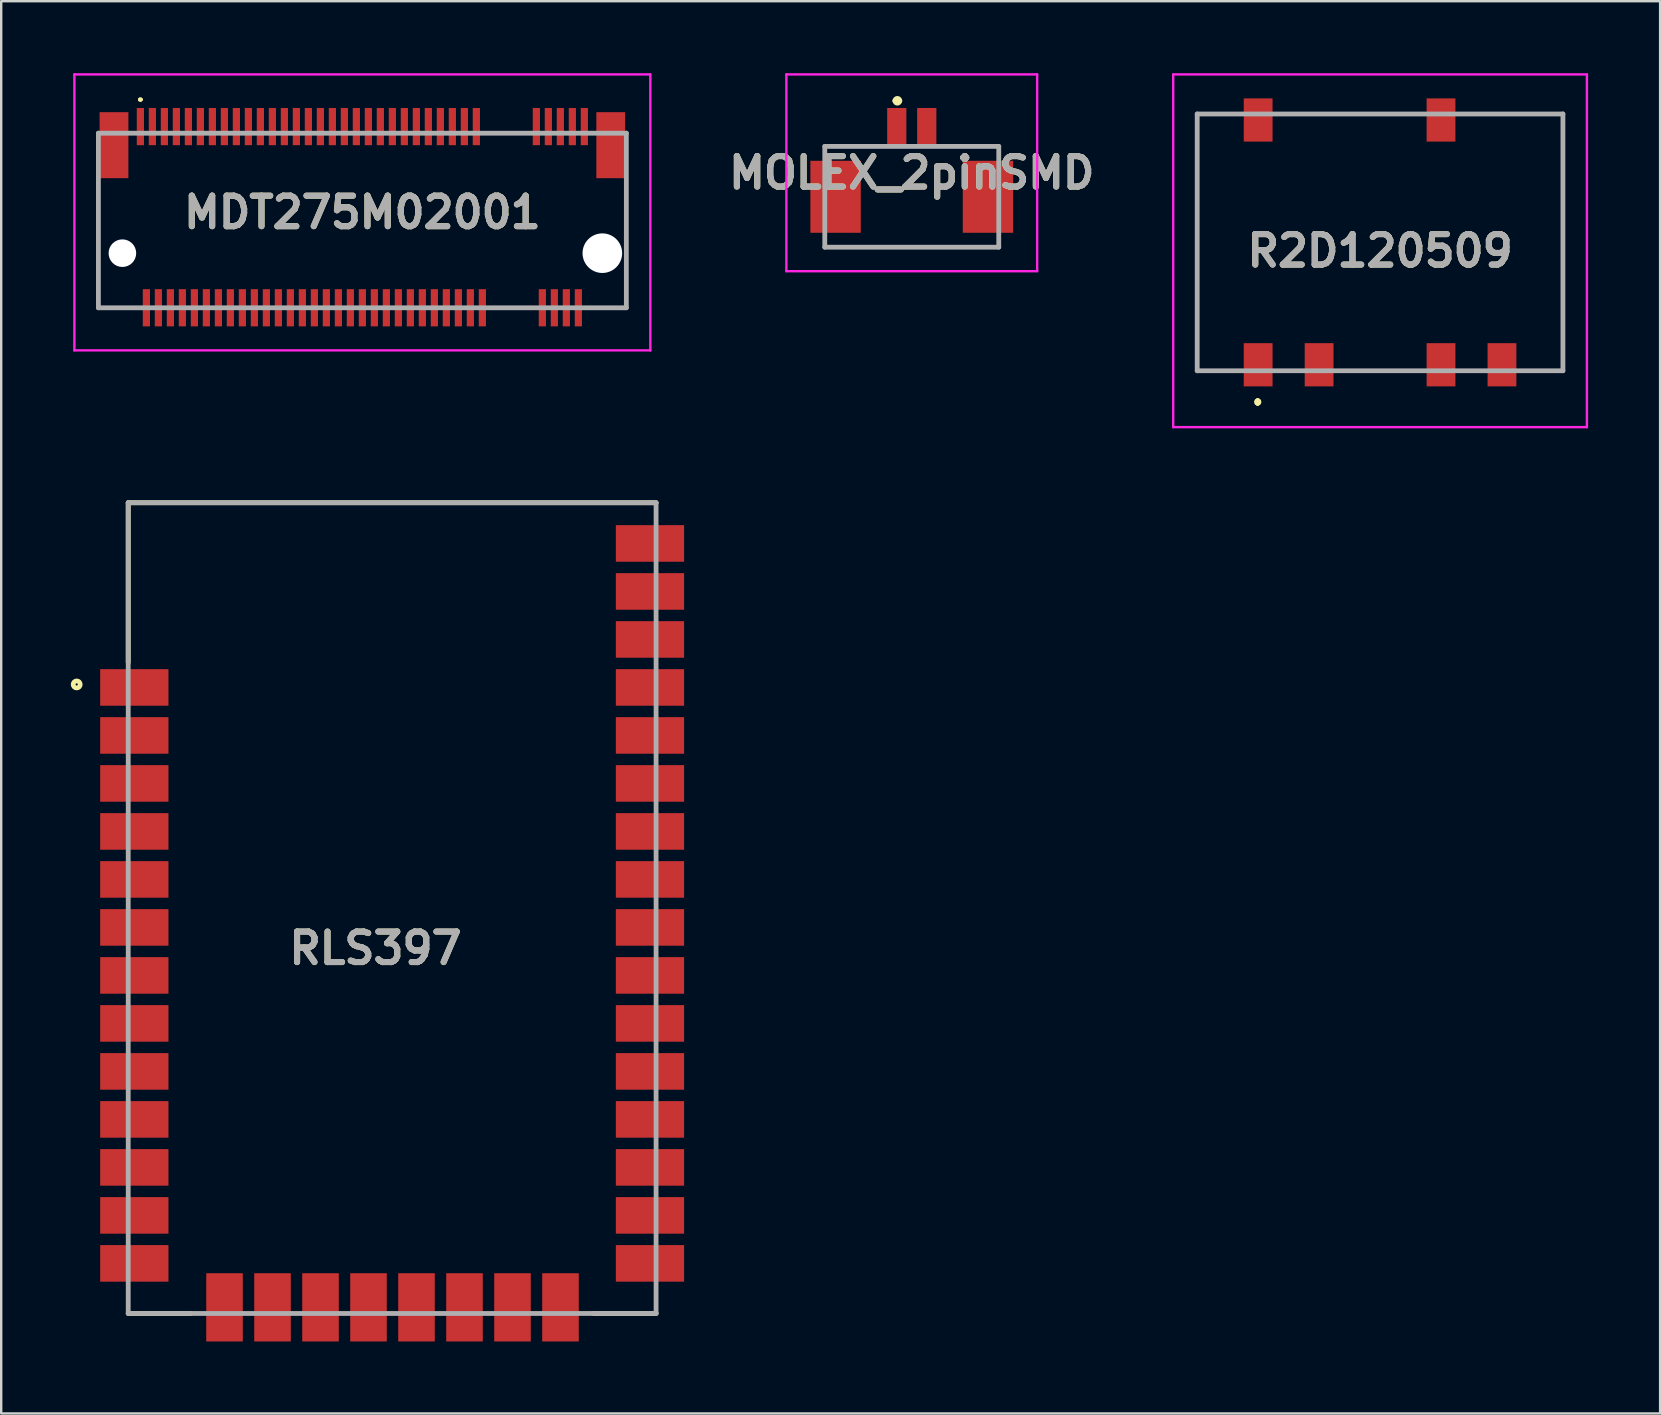
<source format=kicad_pcb>
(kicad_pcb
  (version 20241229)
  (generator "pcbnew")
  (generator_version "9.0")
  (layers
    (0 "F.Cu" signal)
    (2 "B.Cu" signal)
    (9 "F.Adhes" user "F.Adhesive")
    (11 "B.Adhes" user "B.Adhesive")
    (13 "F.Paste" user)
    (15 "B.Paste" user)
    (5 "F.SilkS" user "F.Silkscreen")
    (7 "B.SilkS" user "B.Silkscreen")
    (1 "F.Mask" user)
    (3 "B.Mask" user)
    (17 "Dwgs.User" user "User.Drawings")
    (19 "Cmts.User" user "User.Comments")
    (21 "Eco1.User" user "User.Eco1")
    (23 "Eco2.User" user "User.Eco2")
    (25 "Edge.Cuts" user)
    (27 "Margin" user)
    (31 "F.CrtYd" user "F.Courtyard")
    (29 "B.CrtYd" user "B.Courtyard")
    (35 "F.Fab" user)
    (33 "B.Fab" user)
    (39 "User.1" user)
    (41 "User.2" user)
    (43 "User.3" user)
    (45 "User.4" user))
  (footprint "RLS397"
    (layer "F.Cu")
    (at 24.289 51.682)
    (property "Reference" "RLS397" (at -11.695 -15.217 0) (layer "F.SilkS") (effects (font (size 1.27 1.27) (thickness 0.254))))
    (attr smd)
    (fp_line (start -21.996 -33.782) (end -21.996 -27.128) (stroke (width 0.2) (type solid)) (layer "F.SilkS"))
    (fp_line (start -21.996 0) (end -19.4 0) (stroke (width 0.2) (type solid)) (layer "F.SilkS"))
    (fp_line (start 0 -33.782) (end -21.996 -33.782) (stroke (width 0.2) (type solid)) (layer "F.SilkS"))
    (fp_line (start 0 0) (end -2.6 0) (stroke (width 0.2) (type solid)) (layer "F.SilkS"))
    (fp_circle (center -24.143 -26.211) (end -24.143 -26.165) (stroke (width 0.2) (type solid)) (fill no) (layer "F.SilkS"))
    (fp_line (start -21.996 -33.782) (end 0 -33.782) (stroke (width 0.2) (type solid)) (layer "F.Fab"))
    (fp_line (start -21.996 0) (end -21.996 -33.782) (stroke (width 0.2) (type solid)) (layer "F.Fab"))
    (fp_line (start 0 -33.782) (end 0 0) (stroke (width 0.2) (type solid)) (layer "F.Fab"))
    (fp_line (start 0 0) (end -21.996 0) (stroke (width 0.2) (type solid)) (layer "F.Fab"))
    (fp_text user "${REFERENCE}" (at -11.695 -15.217 0) (layer "F.Fab") (effects (font (size 1.27 1.27) (thickness 0.254))))
    (pad "1" smd rect (at -21.742 -26.086 90) (size 1.524 2.845) (layers "F.Cu" "F.Mask" "F.Paste"))
    (pad "2" smd rect (at -21.742 -24.086 90) (size 1.524 2.845) (layers "F.Cu" "F.Mask" "F.Paste"))
    (pad "3" smd rect (at -21.742 -22.086 90) (size 1.524 2.845) (layers "F.Cu" "F.Mask" "F.Paste"))
    (pad "4" smd rect (at -21.742 -20.086 90) (size 1.524 2.845) (layers "F.Cu" "F.Mask" "F.Paste"))
    (pad "5" smd rect (at -21.742 -18.086 90) (size 1.524 2.845) (layers "F.Cu" "F.Mask" "F.Paste"))
    (pad "6" smd rect (at -21.742 -16.086 90) (size 1.524 2.845) (layers "F.Cu" "F.Mask" "F.Paste"))
    (pad "7" smd rect (at -21.742 -14.086 90) (size 1.524 2.845) (layers "F.Cu" "F.Mask" "F.Paste"))
    (pad "8" smd rect (at -21.742 -12.086 90) (size 1.524 2.845) (layers "F.Cu" "F.Mask" "F.Paste"))
    (pad "9" smd rect (at -21.742 -10.086 90) (size 1.524 2.845) (layers "F.Cu" "F.Mask" "F.Paste"))
    (pad "10" smd rect (at -21.742 -8.086 90) (size 1.524 2.845) (layers "F.Cu" "F.Mask" "F.Paste"))
    (pad "11" smd rect (at -21.742 -6.086 90) (size 1.524 2.845) (layers "F.Cu" "F.Mask" "F.Paste"))
    (pad "12" smd rect (at -21.742 -4.086 90) (size 1.524 2.845) (layers "F.Cu" "F.Mask" "F.Paste"))
    (pad "13" smd rect (at -21.742 -2.086 90) (size 1.524 2.845) (layers "F.Cu" "F.Mask" "F.Paste"))
    (pad "14" smd rect (at -17.983 -0.254) (size 1.524 2.845) (layers "F.Cu" "F.Mask" "F.Paste"))
    (pad "15" smd rect (at -15.983 -0.254) (size 1.524 2.845) (layers "F.Cu" "F.Mask" "F.Paste"))
    (pad "16" smd rect (at -13.983 -0.254) (size 1.524 2.845) (layers "F.Cu" "F.Mask" "F.Paste"))
    (pad "17" smd rect (at -11.983 -0.254) (size 1.524 2.845) (layers "F.Cu" "F.Mask" "F.Paste"))
    (pad "18" smd rect (at -9.983 -0.254) (size 1.524 2.845) (layers "F.Cu" "F.Mask" "F.Paste"))
    (pad "19" smd rect (at -7.983 -0.254) (size 1.524 2.845) (layers "F.Cu" "F.Mask" "F.Paste"))
    (pad "20" smd rect (at -5.983 -0.254) (size 1.524 2.845) (layers "F.Cu" "F.Mask" "F.Paste"))
    (pad "21" smd rect (at -3.983 -0.254) (size 1.524 2.845) (layers "F.Cu" "F.Mask" "F.Paste"))
    (pad "22" smd rect (at -0.254 -2.086 90) (size 1.524 2.845) (layers "F.Cu" "F.Mask" "F.Paste"))
    (pad "23" smd rect (at -0.254 -4.086 90) (size 1.524 2.845) (layers "F.Cu" "F.Mask" "F.Paste"))
    (pad "24" smd rect (at -0.254 -6.086 90) (size 1.524 2.845) (layers "F.Cu" "F.Mask" "F.Paste"))
    (pad "25" smd rect (at -0.254 -8.086 90) (size 1.524 2.845) (layers "F.Cu" "F.Mask" "F.Paste"))
    (pad "26" smd rect (at -0.254 -10.086 90) (size 1.524 2.845) (layers "F.Cu" "F.Mask" "F.Paste"))
    (pad "27" smd rect (at -0.254 -12.086 90) (size 1.524 2.845) (layers "F.Cu" "F.Mask" "F.Paste"))
    (pad "28" smd rect (at -0.254 -14.086 90) (size 1.524 2.845) (layers "F.Cu" "F.Mask" "F.Paste"))
    (pad "29" smd rect (at -0.254 -16.086 90) (size 1.524 2.845) (layers "F.Cu" "F.Mask" "F.Paste"))
    (pad "30" smd rect (at -0.254 -18.086 90) (size 1.524 2.845) (layers "F.Cu" "F.Mask" "F.Paste"))
    (pad "31" smd rect (at -0.254 -20.086 90) (size 1.524 2.845) (layers "F.Cu" "F.Mask" "F.Paste"))
    (pad "32" smd rect (at -0.254 -22.086 90) (size 1.524 2.845) (layers "F.Cu" "F.Mask" "F.Paste"))
    (pad "33" smd rect (at -0.254 -24.086 90) (size 1.524 2.845) (layers "F.Cu" "F.Mask" "F.Paste"))
    (pad "34" smd rect (at -0.254 -26.086 90) (size 1.524 2.845) (layers "F.Cu" "F.Mask" "F.Paste"))
    (pad "35" smd rect (at -0.254 -28.086 90) (size 1.524 2.845) (layers "F.Cu" "F.Mask" "F.Paste"))
    (pad "36" smd rect (at -0.254 -30.086 90) (size 1.524 2.845) (layers "F.Cu" "F.Mask" "F.Paste"))
    (pad "37" smd rect (at -0.254 -32.086 90) (size 1.524 2.845) (layers "F.Cu" "F.Mask" "F.Paste")))
  (footprint "MOLEX_2pinSMD"
    (layer "F.Cu")
    (at 34.944 4.15)
    (property "Reference" "MOLEX_2pinSMD" (at 0 0 0) (layer "F.SilkS") (effects (font (size 1.27 1.27) (thickness 0.254))))
    (attr smd)
    (fp_line (start -3.625 -1.1) (end -1.5 -1.1) (stroke (width 0.1) (type solid)) (layer "F.SilkS"))
    (fp_line (start -3.625 2.9) (end -3.625 3.1) (stroke (width 0.1) (type solid)) (layer "F.SilkS"))
    (fp_line (start -3.625 3.1) (end 3.625 3.1) (stroke (width 0.1) (type solid)) (layer "F.SilkS"))
    (fp_line (start -0.7 -3) (end -0.7 -3) (stroke (width 0.2) (type solid)) (layer "F.SilkS"))
    (fp_line (start -0.5 -3) (end -0.5 -3) (stroke (width 0.2) (type solid)) (layer "F.SilkS"))
    (fp_line (start 1.5 -1.1) (end 3.625 -1.1) (stroke (width 0.1) (type solid)) (layer "F.SilkS"))
    (fp_line (start 3.625 3.1) (end 3.625 2.9) (stroke (width 0.1) (type solid)) (layer "F.SilkS"))
    (fp_arc (start -0.7 -3) (mid -0.6 -3.1) (end -0.5 -3) (stroke (width 0.2) (type solid)) (layer "F.SilkS"))
    (fp_arc (start -0.5 -3) (mid -0.6 -2.9) (end -0.7 -3) (stroke (width 0.2) (type solid)) (layer "F.SilkS"))
    (fp_line (start -5.225 -4.1) (end 5.225 -4.1) (stroke (width 0.1) (type solid)) (layer "F.CrtYd"))
    (fp_line (start -5.225 4.1) (end -5.225 -4.1) (stroke (width 0.1) (type solid)) (layer "F.CrtYd"))
    (fp_line (start 5.225 -4.1) (end 5.225 4.1) (stroke (width 0.1) (type solid)) (layer "F.CrtYd"))
    (fp_line (start 5.225 4.1) (end -5.225 4.1) (stroke (width 0.1) (type solid)) (layer "F.CrtYd"))
    (fp_line (start -3.625 -1.1) (end 3.625 -1.1) (stroke (width 0.2) (type solid)) (layer "F.Fab"))
    (fp_line (start -3.625 3.1) (end -3.625 -1.1) (stroke (width 0.2) (type solid)) (layer "F.Fab"))
    (fp_line (start 3.625 -1.1) (end 3.625 3.1) (stroke (width 0.2) (type solid)) (layer "F.Fab"))
    (fp_line (start 3.625 3.1) (end -3.625 3.1) (stroke (width 0.2) (type solid)) (layer "F.Fab"))
    (fp_text user "${REFERENCE}" (at 0 0 0) (layer "F.Fab") (effects (font (size 1.27 1.27) (thickness 0.254))))
    (pad "1" smd rect (at -0.625 -1.9) (size 0.8 1.6) (layers "F.Cu" "F.Mask" "F.Paste"))
    (pad "2" smd rect (at 0.625 -1.9) (size 0.8 1.6) (layers "F.Cu" "F.Mask" "F.Paste"))
    (pad "3" smd rect (at -3.175 1) (size 2.1 3) (layers "F.Cu" "F.Mask" "F.Paste"))
    (pad "4" smd rect (at 3.175 1) (size 2.1 3) (layers "F.Cu" "F.Mask" "F.Paste")))
  (footprint "MDT275M02001"
    (layer "F.Cu")
    (at 12.05 7.5)
    (property "Reference" "MDT275M02001" (at 0 -1.7 0) (layer "F.SilkS") (effects (font (size 1.27 1.27) (thickness 0.254))))
    (attr through_hole)
    (fp_line (start -11 -2.75) (end -11 2.275) (stroke (width 0.1) (type solid)) (layer "F.SilkS"))
    (fp_line (start -11 2.275) (end -9.5 2.275) (stroke (width 0.1) (type solid)) (layer "F.SilkS"))
    (fp_line (start -9.3 -6.4) (end -9.3 -6.4) (stroke (width 0.1) (type solid)) (layer "F.SilkS"))
    (fp_line (start -9.2 -6.4) (end -9.2 -6.4) (stroke (width 0.1) (type solid)) (layer "F.SilkS"))
    (fp_line (start 5.25 -5) (end 6.75 -5) (stroke (width 0.1) (type solid)) (layer "F.SilkS"))
    (fp_line (start 5.5 2.275) (end 7 2.275) (stroke (width 0.1) (type solid)) (layer "F.SilkS"))
    (fp_line (start 9.5 2.275) (end 11 2.275) (stroke (width 0.1) (type solid)) (layer "F.SilkS"))
    (fp_line (start 11 2.275) (end 11 -2.75) (stroke (width 0.1) (type solid)) (layer "F.SilkS"))
    (fp_arc (start -9.3 -6.4) (mid -9.25 -6.45) (end -9.2 -6.4) (stroke (width 0.1) (type solid)) (layer "F.SilkS"))
    (fp_arc (start -9.2 -6.4) (mid -9.25 -6.35) (end -9.3 -6.4) (stroke (width 0.1) (type solid)) (layer "F.SilkS"))
    (fp_line (start -12 -7.45) (end 12 -7.45) (stroke (width 0.1) (type solid)) (layer "F.CrtYd"))
    (fp_line (start -12 4.05) (end -12 -7.45) (stroke (width 0.1) (type solid)) (layer "F.CrtYd"))
    (fp_line (start 12 -7.45) (end 12 4.05) (stroke (width 0.1) (type solid)) (layer "F.CrtYd"))
    (fp_line (start 12 4.05) (end -12 4.05) (stroke (width 0.1) (type solid)) (layer "F.CrtYd"))
    (fp_line (start -11 -5) (end 11 -5) (stroke (width 0.2) (type solid)) (layer "F.Fab"))
    (fp_line (start -11 2.275) (end -11 -5) (stroke (width 0.2) (type solid)) (layer "F.Fab"))
    (fp_line (start 11 -5) (end 11 2.275) (stroke (width 0.2) (type solid)) (layer "F.Fab"))
    (fp_line (start 11 2.275) (end -11 2.275) (stroke (width 0.2) (type solid)) (layer "F.Fab"))
    (fp_text user "${REFERENCE}" (at 0 -1.7 0) (layer "F.Fab") (effects (font (size 1.27 1.27) (thickness 0.254))))
    (pad "" np_thru_hole circle (at -10 0) (size 1.15 1.15) (drill 1.15) (layers "*.Cu" "*.Mask"))
    (pad "" np_thru_hole circle (at 10 0) (size 1.65 1.65) (drill 1.65) (layers "*.Cu" "*.Mask"))
    (pad "1" smd rect (at -9.25 -5.275) (size 0.3 1.55) (layers "F.Cu" "F.Mask" "F.Paste"))
    (pad "2" smd rect (at -9 2.275) (size 0.3 1.55) (layers "F.Cu" "F.Mask" "F.Paste"))
    (pad "3" smd rect (at -8.75 -5.275) (size 0.3 1.55) (layers "F.Cu" "F.Mask" "F.Paste"))
    (pad "4" smd rect (at -8.5 2.275) (size 0.3 1.55) (layers "F.Cu" "F.Mask" "F.Paste"))
    (pad "5" smd rect (at -8.25 -5.275) (size 0.3 1.55) (layers "F.Cu" "F.Mask" "F.Paste"))
    (pad "6" smd rect (at -8 2.275) (size 0.3 1.55) (layers "F.Cu" "F.Mask" "F.Paste"))
    (pad "7" smd rect (at -7.75 -5.275) (size 0.3 1.55) (layers "F.Cu" "F.Mask" "F.Paste"))
    (pad "8" smd rect (at -7.5 2.275) (size 0.3 1.55) (layers "F.Cu" "F.Mask" "F.Paste"))
    (pad "9" smd rect (at -7.25 -5.275) (size 0.3 1.55) (layers "F.Cu" "F.Mask" "F.Paste"))
    (pad "10" smd rect (at -7 2.275) (size 0.3 1.55) (layers "F.Cu" "F.Mask" "F.Paste"))
    (pad "11" smd rect (at -6.75 -5.275) (size 0.3 1.55) (layers "F.Cu" "F.Mask" "F.Paste"))
    (pad "12" smd rect (at -6.5 2.275) (size 0.3 1.55) (layers "F.Cu" "F.Mask" "F.Paste"))
    (pad "13" smd rect (at -6.25 -5.275) (size 0.3 1.55) (layers "F.Cu" "F.Mask" "F.Paste"))
    (pad "14" smd rect (at -6 2.275) (size 0.3 1.55) (layers "F.Cu" "F.Mask" "F.Paste"))
    (pad "15" smd rect (at -5.75 -5.275) (size 0.3 1.55) (layers "F.Cu" "F.Mask" "F.Paste"))
    (pad "16" smd rect (at -5.5 2.275) (size 0.3 1.55) (layers "F.Cu" "F.Mask" "F.Paste"))
    (pad "17" smd rect (at -5.25 -5.275) (size 0.3 1.55) (layers "F.Cu" "F.Mask" "F.Paste"))
    (pad "18" smd rect (at -5 2.275) (size 0.3 1.55) (layers "F.Cu" "F.Mask" "F.Paste"))
    (pad "19" smd rect (at -4.75 -5.275) (size 0.3 1.55) (layers "F.Cu" "F.Mask" "F.Paste"))
    (pad "20" smd rect (at -4.5 2.275) (size 0.3 1.55) (layers "F.Cu" "F.Mask" "F.Paste"))
    (pad "21" smd rect (at -4.25 -5.275) (size 0.3 1.55) (layers "F.Cu" "F.Mask" "F.Paste"))
    (pad "22" smd rect (at -4 2.275) (size 0.3 1.55) (layers "F.Cu" "F.Mask" "F.Paste"))
    (pad "23" smd rect (at -3.75 -5.275) (size 0.3 1.55) (layers "F.Cu" "F.Mask" "F.Paste"))
    (pad "24" smd rect (at -3.5 2.275) (size 0.3 1.55) (layers "F.Cu" "F.Mask" "F.Paste"))
    (pad "25" smd rect (at -3.25 -5.275) (size 0.3 1.55) (layers "F.Cu" "F.Mask" "F.Paste"))
    (pad "26" smd rect (at -3 2.275) (size 0.3 1.55) (layers "F.Cu" "F.Mask" "F.Paste"))
    (pad "27" smd rect (at -2.75 -5.275) (size 0.3 1.55) (layers "F.Cu" "F.Mask" "F.Paste"))
    (pad "28" smd rect (at -2.5 2.275) (size 0.3 1.55) (layers "F.Cu" "F.Mask" "F.Paste"))
    (pad "29" smd rect (at -2.25 -5.275) (size 0.3 1.55) (layers "F.Cu" "F.Mask" "F.Paste"))
    (pad "30" smd rect (at -2 2.275) (size 0.3 1.55) (layers "F.Cu" "F.Mask" "F.Paste"))
    (pad "31" smd rect (at -1.75 -5.275) (size 0.3 1.55) (layers "F.Cu" "F.Mask" "F.Paste"))
    (pad "32" smd rect (at -1.5 2.275) (size 0.3 1.55) (layers "F.Cu" "F.Mask" "F.Paste"))
    (pad "33" smd rect (at -1.25 -5.275) (size 0.3 1.55) (layers "F.Cu" "F.Mask" "F.Paste"))
    (pad "34" smd rect (at -1 2.275) (size 0.3 1.55) (layers "F.Cu" "F.Mask" "F.Paste"))
    (pad "35" smd rect (at -0.75 -5.275) (size 0.3 1.55) (layers "F.Cu" "F.Mask" "F.Paste"))
    (pad "36" smd rect (at -0.5 2.275) (size 0.3 1.55) (layers "F.Cu" "F.Mask" "F.Paste"))
    (pad "37" smd rect (at -0.25 -5.275) (size 0.3 1.55) (layers "F.Cu" "F.Mask" "F.Paste"))
    (pad "38" smd rect (at 0 2.275) (size 0.3 1.55) (layers "F.Cu" "F.Mask" "F.Paste"))
    (pad "39" smd rect (at 0.25 -5.275) (size 0.3 1.55) (layers "F.Cu" "F.Mask" "F.Paste"))
    (pad "40" smd rect (at 0.5 2.275) (size 0.3 1.55) (layers "F.Cu" "F.Mask" "F.Paste"))
    (pad "41" smd rect (at 0.75 -5.275) (size 0.3 1.55) (layers "F.Cu" "F.Mask" "F.Paste"))
    (pad "42" smd rect (at 1 2.275) (size 0.3 1.55) (layers "F.Cu" "F.Mask" "F.Paste"))
    (pad "43" smd rect (at 1.25 -5.275) (size 0.3 1.55) (layers "F.Cu" "F.Mask" "F.Paste"))
    (pad "44" smd rect (at 1.5 2.275) (size 0.3 1.55) (layers "F.Cu" "F.Mask" "F.Paste"))
    (pad "45" smd rect (at 1.75 -5.275) (size 0.3 1.55) (layers "F.Cu" "F.Mask" "F.Paste"))
    (pad "46" smd rect (at 2 2.275) (size 0.3 1.55) (layers "F.Cu" "F.Mask" "F.Paste"))
    (pad "47" smd rect (at 2.25 -5.275) (size 0.3 1.55) (layers "F.Cu" "F.Mask" "F.Paste"))
    (pad "48" smd rect (at 2.5 2.275) (size 0.3 1.55) (layers "F.Cu" "F.Mask" "F.Paste"))
    (pad "49" smd rect (at 2.75 -5.275) (size 0.3 1.55) (layers "F.Cu" "F.Mask" "F.Paste"))
    (pad "50" smd rect (at 3 2.275) (size 0.3 1.55) (layers "F.Cu" "F.Mask" "F.Paste"))
    (pad "51" smd rect (at 3.25 -5.275) (size 0.3 1.55) (layers "F.Cu" "F.Mask" "F.Paste"))
    (pad "52" smd rect (at 3.5 2.275) (size 0.3 1.55) (layers "F.Cu" "F.Mask" "F.Paste"))
    (pad "53" smd rect (at 3.75 -5.275) (size 0.3 1.55) (layers "F.Cu" "F.Mask" "F.Paste"))
    (pad "54" smd rect (at 4 2.275) (size 0.3 1.55) (layers "F.Cu" "F.Mask" "F.Paste"))
    (pad "55" smd rect (at 4.25 -5.275) (size 0.3 1.55) (layers "F.Cu" "F.Mask" "F.Paste"))
    (pad "56" smd rect (at 4.5 2.275) (size 0.3 1.55) (layers "F.Cu" "F.Mask" "F.Paste"))
    (pad "57" smd rect (at 4.75 -5.275) (size 0.3 1.55) (layers "F.Cu" "F.Mask" "F.Paste"))
    (pad "58" smd rect (at 5 2.275) (size 0.3 1.55) (layers "F.Cu" "F.Mask" "F.Paste"))
    (pad "67" smd rect (at 7.25 -5.275) (size 0.3 1.55) (layers "F.Cu" "F.Mask" "F.Paste"))
    (pad "68" smd rect (at 7.5 2.275) (size 0.3 1.55) (layers "F.Cu" "F.Mask" "F.Paste"))
    (pad "69" smd rect (at 7.75 -5.275) (size 0.3 1.55) (layers "F.Cu" "F.Mask" "F.Paste"))
    (pad "70" smd rect (at 8 2.275) (size 0.3 1.55) (layers "F.Cu" "F.Mask" "F.Paste"))
    (pad "71" smd rect (at 8.25 -5.275) (size 0.3 1.55) (layers "F.Cu" "F.Mask" "F.Paste"))
    (pad "72" smd rect (at 8.5 2.275) (size 0.3 1.55) (layers "F.Cu" "F.Mask" "F.Paste"))
    (pad "73" smd rect (at 8.75 -5.275) (size 0.3 1.55) (layers "F.Cu" "F.Mask" "F.Paste"))
    (pad "74" smd rect (at 9 2.275) (size 0.3 1.55) (layers "F.Cu" "F.Mask" "F.Paste"))
    (pad "75" smd rect (at 9.25 -5.275) (size 0.3 1.55) (layers "F.Cu" "F.Mask" "F.Paste"))
    (pad "MP1" smd rect (at -10.35 -4.5) (size 1.2 2.75) (layers "F.Cu" "F.Mask" "F.Paste"))
    (pad "MP2" smd rect (at 10.35 -4.5) (size 1.2 2.75) (layers "F.Cu" "F.Mask" "F.Paste")))
  (footprint "R2D120509"
    (layer "F.Cu")
    (at 54.458 7.05)
    (property "Reference" "R2D120509" (at 0 0.35 0) (layer "F.SilkS") (effects (font (size 1.27 1.27) (thickness 0.254))))
    (attr smd)
    (fp_line (start -7.62 -5.35) (end -7.62 5.35) (stroke (width 0.1) (type solid)) (layer "F.SilkS"))
    (fp_line (start -7.62 5.35) (end -6.25 5.35) (stroke (width 0.1) (type solid)) (layer "F.SilkS"))
    (fp_line (start -6.25 -5.35) (end -7.62 -5.35) (stroke (width 0.1) (type solid)) (layer "F.SilkS"))
    (fp_line (start -5.1 6.6) (end -5.1 6.6) (stroke (width 0.2) (type solid)) (layer "F.SilkS"))
    (fp_line (start -5.1 6.7) (end -5.1 6.7) (stroke (width 0.2) (type solid)) (layer "F.SilkS"))
    (fp_line (start -5.1 6.7) (end -5.1 6.7) (stroke (width 0.2) (type solid)) (layer "F.SilkS"))
    (fp_line (start -1.25 5.35) (end 1.25 5.35) (stroke (width 0.1) (type solid)) (layer "F.SilkS"))
    (fp_line (start 1.25 -5.35) (end -3.75 -5.35) (stroke (width 0.1) (type solid)) (layer "F.SilkS"))
    (fp_line (start 6.25 5.35) (end 7.62 5.35) (stroke (width 0.1) (type solid)) (layer "F.SilkS"))
    (fp_line (start 7.62 -5.35) (end 3.75 -5.35) (stroke (width 0.1) (type solid)) (layer "F.SilkS"))
    (fp_line (start 7.62 5.35) (end 7.62 -5.35) (stroke (width 0.1) (type solid)) (layer "F.SilkS"))
    (fp_arc (start -5.1 6.6) (mid -5.05 6.65) (end -5.1 6.7) (stroke (width 0.2) (type solid)) (layer "F.SilkS"))
    (fp_arc (start -5.1 6.6) (mid -5.05 6.65) (end -5.1 6.7) (stroke (width 0.2) (type solid)) (layer "F.SilkS"))
    (fp_arc (start -5.1 6.7) (mid -5.15 6.65) (end -5.1 6.6) (stroke (width 0.2) (type solid)) (layer "F.SilkS"))
    (fp_line (start -8.62 -7) (end 8.62 -7) (stroke (width 0.1) (type solid)) (layer "F.CrtYd"))
    (fp_line (start -8.62 7.7) (end -8.62 -7) (stroke (width 0.1) (type solid)) (layer "F.CrtYd"))
    (fp_line (start 8.62 -7) (end 8.62 7.7) (stroke (width 0.1) (type solid)) (layer "F.CrtYd"))
    (fp_line (start 8.62 7.7) (end -8.62 7.7) (stroke (width 0.1) (type solid)) (layer "F.CrtYd"))
    (fp_line (start -7.62 -5.35) (end -7.62 5.35) (stroke (width 0.2) (type solid)) (layer "F.Fab"))
    (fp_line (start -7.62 5.35) (end 7.62 5.35) (stroke (width 0.2) (type solid)) (layer "F.Fab"))
    (fp_line (start 7.62 -5.35) (end -7.62 -5.35) (stroke (width 0.2) (type solid)) (layer "F.Fab"))
    (fp_line (start 7.62 5.35) (end 7.62 -5.35) (stroke (width 0.2) (type solid)) (layer "F.Fab"))
    (fp_text user "${REFERENCE}" (at 0 0.35 0) (layer "F.Fab") (effects (font (size 1.27 1.27) (thickness 0.254))))
    (pad "1" smd rect (at -5.08 5.1) (size 1.2 1.8) (layers "F.Cu" "F.Mask" "F.Paste"))
    (pad "2" smd rect (at -2.54 5.1) (size 1.2 1.8) (layers "F.Cu" "F.Mask" "F.Paste"))
    (pad "4" smd rect (at 2.54 5.1) (size 1.2 1.8) (layers "F.Cu" "F.Mask" "F.Paste"))
    (pad "5" smd rect (at 5.08 5.1) (size 1.2 1.8) (layers "F.Cu" "F.Mask" "F.Paste"))
    (pad "7" smd rect (at 2.54 -5.1) (size 1.2 1.8) (layers "F.Cu" "F.Mask" "F.Paste"))
    (pad "10" smd rect (at -5.08 -5.1) (size 1.2 1.8) (layers "F.Cu" "F.Mask" "F.Paste")))
  (gr_rect
    (start -3 -3)
    (end 66.128 55.85)
    (stroke (width 0.1) (type default))
    (fill no)
    (layer "Edge.Cuts")))
</source>
